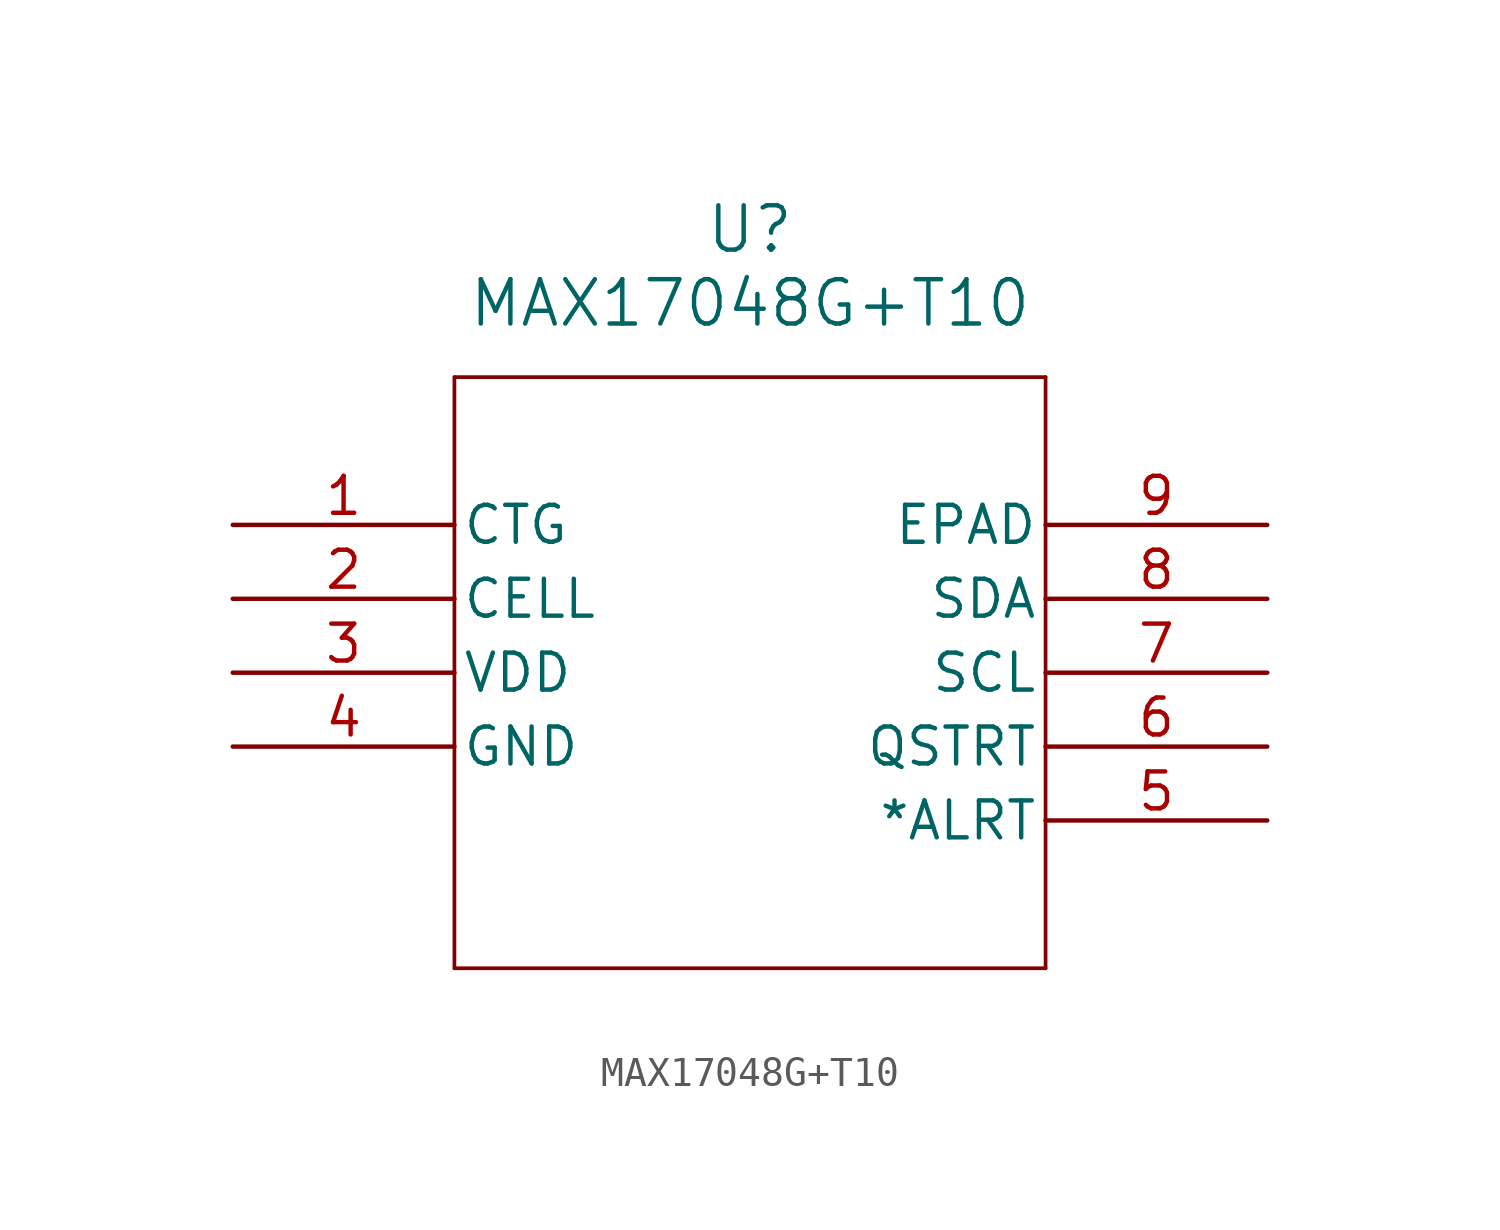
<source format=kicad_sym>
(kicad_symbol_lib
  (version 20220914)
  (generator kicad_symbol_editor)
  (symbol "MAX17048G+T10"
    (pin_names
      (offset 0.254))
    (property "Reference" "U"
      (at 17.78 10.16 0)
      (effects (font (size 1.524 1.524))))
    (property "Value" "MAX17048G+T10"
      (at 17.78 7.62 0)
      (effects (font (size 1.524 1.524))))
    (property "ki_locked" ""
      (at 0 0 0)
      (effects (font (size 1.27 1.27))))
    (symbol "MAX17048G+T10_0_1"
      (polyline (pts (xy 7.62 -15.24) (xy 27.94 -15.24)) (stroke (width 0.127) (type default)) (fill (type none)))
      (polyline (pts (xy 7.62 5.08) (xy 7.62 -15.24)) (stroke (width 0.127) (type default)) (fill (type none)))
      (polyline (pts (xy 27.94 -15.24) (xy 27.94 5.08)) (stroke (width 0.127) (type default)) (fill (type none)))
      (polyline (pts (xy 27.94 5.08) (xy 7.62 5.08)) (stroke (width 0.127) (type default)) (fill (type none)))
      (pin unspecified line (at 0 0 0) (length 7.62) (name "CTG" (effects (font (size 1.27 1.27)))) (number "1" (effects (font (size 1.27 1.27)))))
      (pin unspecified line (at 0 -2.54 0) (length 7.62) (name "CELL" (effects (font (size 1.27 1.27)))) (number "2" (effects (font (size 1.27 1.27)))))
      (pin power_in line (at 0 -5.08 0) (length 7.62) (name "VDD" (effects (font (size 1.27 1.27)))) (number "3" (effects (font (size 1.27 1.27)))))
      (pin power_in line (at 0 -7.62 0) (length 7.62) (name "GND" (effects (font (size 1.27 1.27)))) (number "4" (effects (font (size 1.27 1.27)))))
      (pin output line (at 35.56 -10.16 180) (length 7.62) (name "*ALRT" (effects (font (size 1.27 1.27)))) (number "5" (effects (font (size 1.27 1.27)))))
      (pin input line (at 35.56 -7.62 180) (length 7.62) (name "QSTRT" (effects (font (size 1.27 1.27)))) (number "6" (effects (font (size 1.27 1.27)))))
      (pin input line (at 35.56 -5.08 180) (length 7.62) (name "SCL" (effects (font (size 1.27 1.27)))) (number "7" (effects (font (size 1.27 1.27)))))
      (pin bidirectional line (at 35.56 -2.54 180) (length 7.62) (name "SDA" (effects (font (size 1.27 1.27)))) (number "8" (effects (font (size 1.27 1.27)))))
      (pin unspecified line (at 35.56 0 180) (length 7.62) (name "EPAD" (effects (font (size 1.27 1.27)))) (number "9" (effects (font (size 1.27 1.27))))))))
</source>
